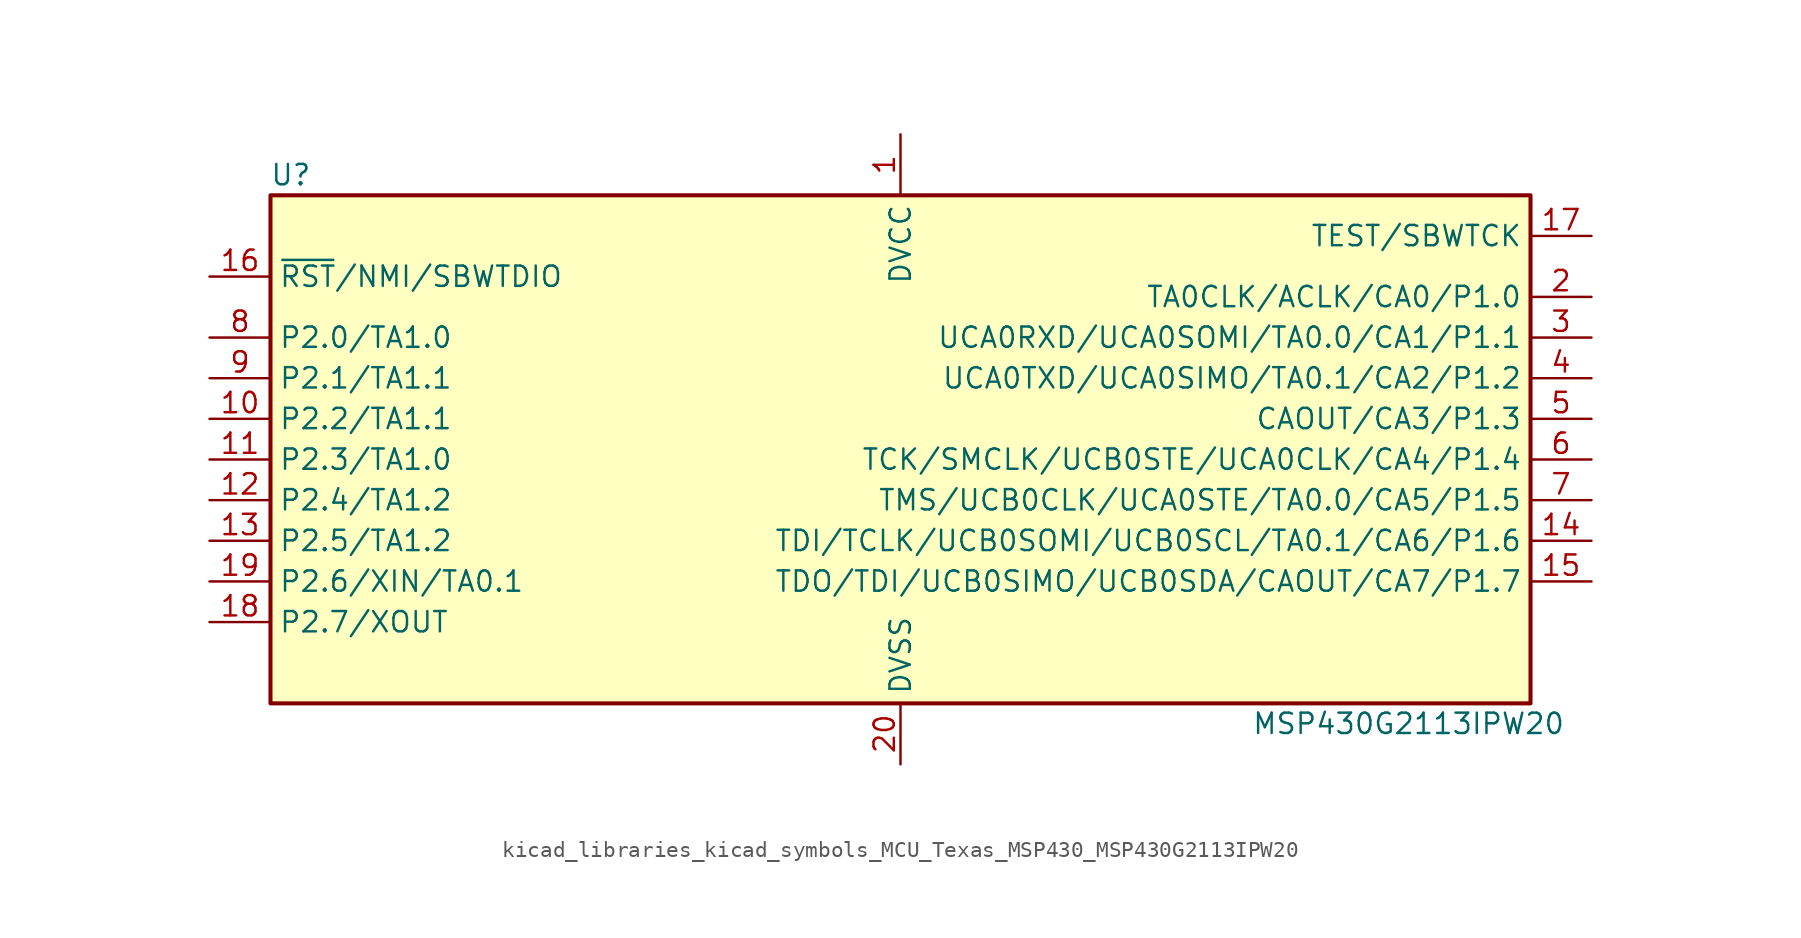
<source format=kicad_sym>
(kicad_symbol_lib
  (version 20220914)
  (generator kicad_symbol_editor)
  (symbol "kicad_libraries_kicad_symbols_MCU_Texas_MSP430_MSP430G2113IPW20"
    (property "Reference" "U"
      (at -38.1 17.78 0)
      (effects (font (size 1.27 1.27))))
    (property "Value" "MSP430G2113IPW20"
      (at 31.75 -16.51 0)
      (effects (font (size 1.27 1.27))))
    (symbol "kicad_libraries_kicad_symbols_MCU_Texas_MSP430_MSP430G2113IPW20_0_1"
      (rectangle (start -39.37 16.51) (end 39.37 -15.24) (stroke (width 0.254) (type default)) (fill (type background))))
    (symbol "kicad_libraries_kicad_symbols_MCU_Texas_MSP430_MSP430G2113IPW20_1_1"
      (pin power_in line (at 0 20.32 270) (length 3.81) (name "DVCC" (effects (font (size 1.27 1.27)))) (number "1" (effects (font (size 1.27 1.27)))))
      (pin bidirectional line (at -43.18 2.54 0) (length 3.81) (name "P2.2/TA1.1" (effects (font (size 1.27 1.27)))) (number "10" (effects (font (size 1.27 1.27)))))
      (pin bidirectional line (at -43.18 0 0) (length 3.81) (name "P2.3/TA1.0" (effects (font (size 1.27 1.27)))) (number "11" (effects (font (size 1.27 1.27)))))
      (pin bidirectional line (at -43.18 -2.54 0) (length 3.81) (name "P2.4/TA1.2" (effects (font (size 1.27 1.27)))) (number "12" (effects (font (size 1.27 1.27)))))
      (pin bidirectional line (at -43.18 -5.08 0) (length 3.81) (name "P2.5/TA1.2" (effects (font (size 1.27 1.27)))) (number "13" (effects (font (size 1.27 1.27)))))
      (pin bidirectional line (at 43.18 -5.08 180) (length 3.81) (name "TDI/TCLK/UCB0SOMI/UCB0SCL/TA0.1/CA6/P1.6" (effects (font (size 1.27 1.27)))) (number "14" (effects (font (size 1.27 1.27)))))
      (pin bidirectional line (at 43.18 -7.62 180) (length 3.81) (name "TDO/TDI/UCB0SIMO/UCB0SDA/CAOUT/CA7/P1.7" (effects (font (size 1.27 1.27)))) (number "15" (effects (font (size 1.27 1.27)))))
      (pin input line (at -43.18 11.43 0) (length 3.81) (name "~{RST}/NMI/SBWTDIO" (effects (font (size 1.27 1.27)))) (number "16" (effects (font (size 1.27 1.27)))))
      (pin input line (at 43.18 13.97 180) (length 3.81) (name "TEST/SBWTCK" (effects (font (size 1.27 1.27)))) (number "17" (effects (font (size 1.27 1.27)))))
      (pin bidirectional line (at -43.18 -10.16 0) (length 3.81) (name "P2.7/XOUT" (effects (font (size 1.27 1.27)))) (number "18" (effects (font (size 1.27 1.27)))))
      (pin bidirectional line (at -43.18 -7.62 0) (length 3.81) (name "P2.6/XIN/TA0.1" (effects (font (size 1.27 1.27)))) (number "19" (effects (font (size 1.27 1.27)))))
      (pin bidirectional line (at 43.18 10.16 180) (length 3.81) (name "TA0CLK/ACLK/CA0/P1.0" (effects (font (size 1.27 1.27)))) (number "2" (effects (font (size 1.27 1.27)))))
      (pin power_in line (at 0 -19.05 90) (length 3.81) (name "DVSS" (effects (font (size 1.27 1.27)))) (number "20" (effects (font (size 1.27 1.27)))))
      (pin bidirectional line (at 43.18 7.62 180) (length 3.81) (name "UCA0RXD/UCA0SOMI/TA0.0/CA1/P1.1" (effects (font (size 1.27 1.27)))) (number "3" (effects (font (size 1.27 1.27)))))
      (pin bidirectional line (at 43.18 5.08 180) (length 3.81) (name "UCA0TXD/UCA0SIMO/TA0.1/CA2/P1.2" (effects (font (size 1.27 1.27)))) (number "4" (effects (font (size 1.27 1.27)))))
      (pin bidirectional line (at 43.18 2.54 180) (length 3.81) (name "CAOUT/CA3/P1.3" (effects (font (size 1.27 1.27)))) (number "5" (effects (font (size 1.27 1.27)))))
      (pin bidirectional line (at 43.18 0 180) (length 3.81) (name "TCK/SMCLK/UCB0STE/UCA0CLK/CA4/P1.4" (effects (font (size 1.27 1.27)))) (number "6" (effects (font (size 1.27 1.27)))))
      (pin bidirectional line (at 43.18 -2.54 180) (length 3.81) (name "TMS/UCB0CLK/UCA0STE/TA0.0/CA5/P1.5" (effects (font (size 1.27 1.27)))) (number "7" (effects (font (size 1.27 1.27)))))
      (pin bidirectional line (at -43.18 7.62 0) (length 3.81) (name "P2.0/TA1.0" (effects (font (size 1.27 1.27)))) (number "8" (effects (font (size 1.27 1.27)))))
      (pin bidirectional line (at -43.18 5.08 0) (length 3.81) (name "P2.1/TA1.1" (effects (font (size 1.27 1.27)))) (number "9" (effects (font (size 1.27 1.27))))))))
</source>
